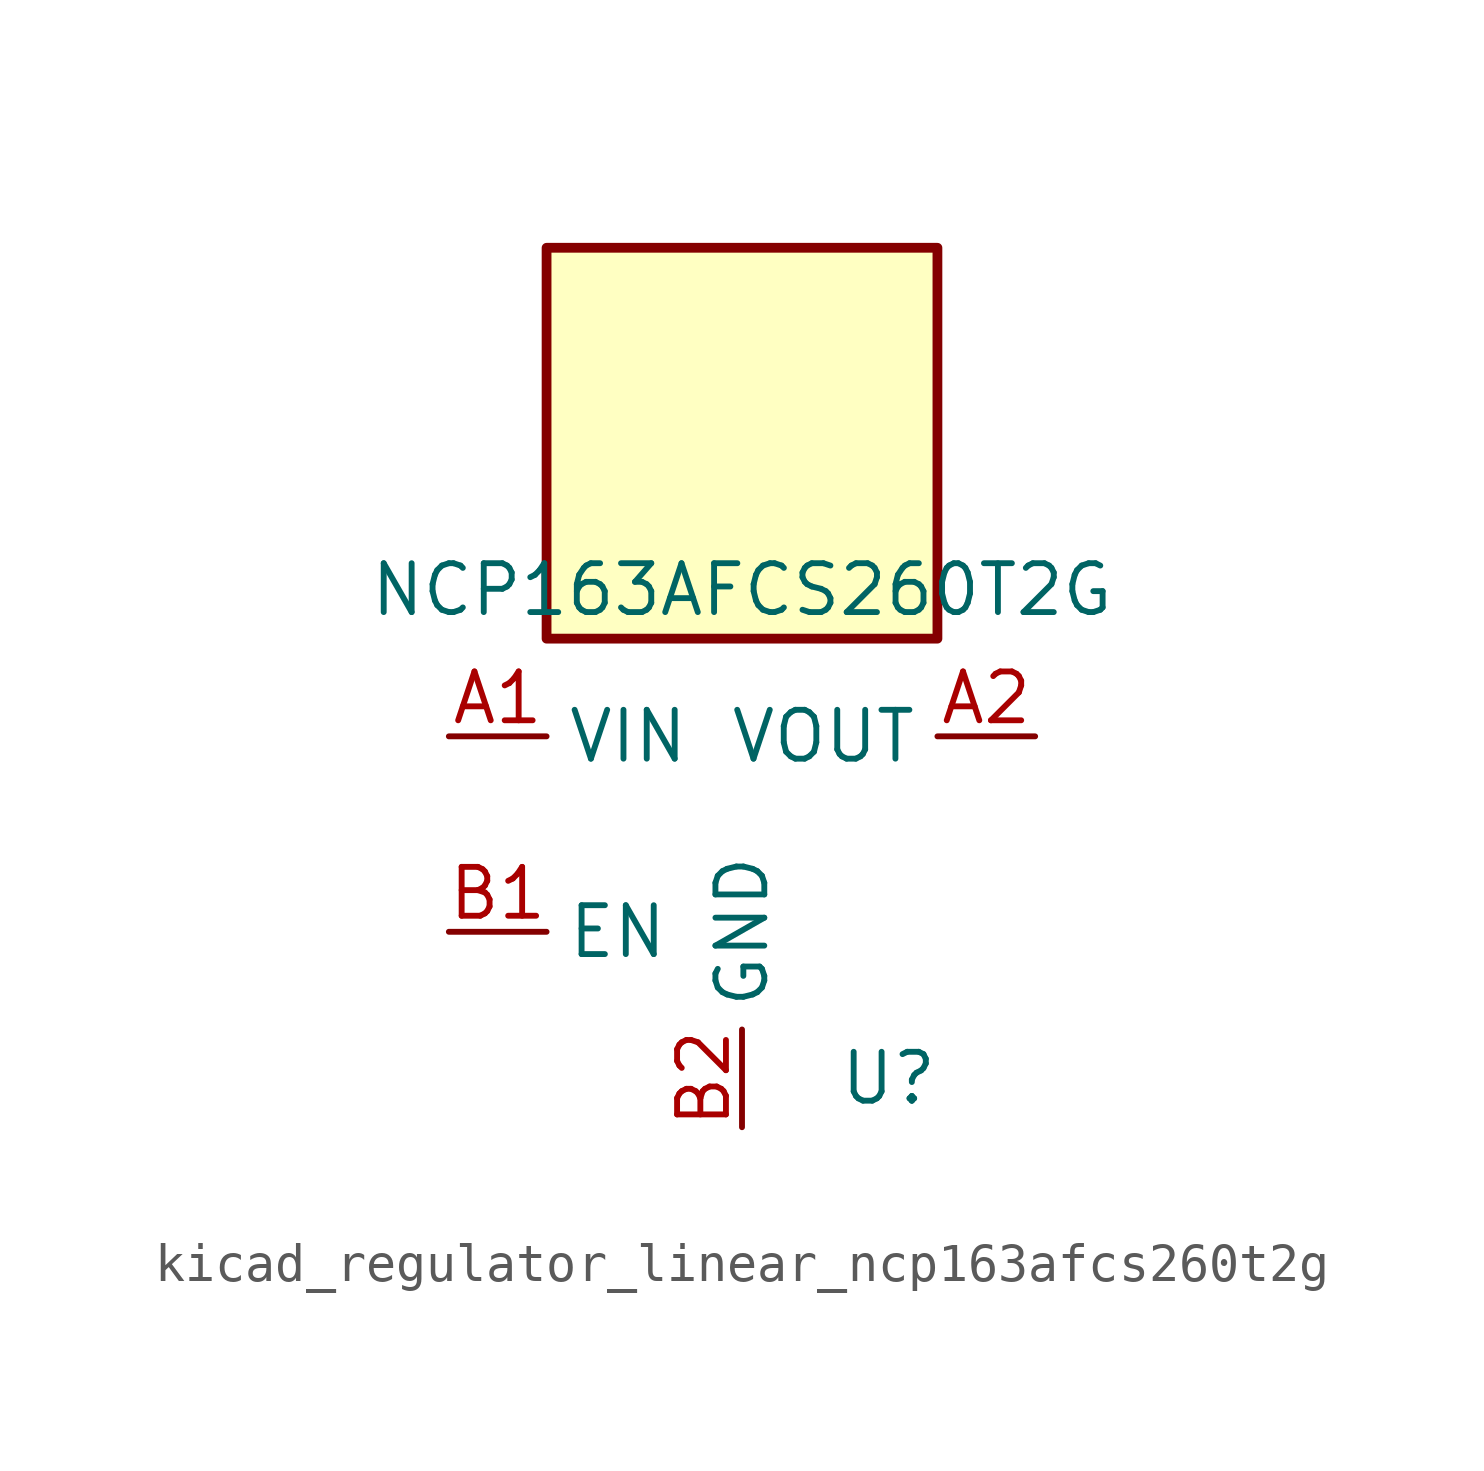
<source format=kicad_sym>
(kicad_symbol_lib
  (version 20220914)
  (generator kicad_symbol_editor)
  (symbol "kicad_regulator_linear_ncp163afcs260t2g"
    (property "Reference" "U"
      (at 3.81 -6.35 0)
      (effects (font (size 1.27 1.27))))
    (property "Value" "NCP163AFCS260T2G"
      (at 0 6.35 0)
      (effects (font (size 1.27 1.27))))
    (symbol "kicad_regulator_linear_ncp163afcs260t2g_0_1"
      (rectangle (start 5.08 15.24) (end -5.08 5.08) (stroke (width 0.254) (type default)) (fill (type background))))
    (symbol "kicad_regulator_linear_ncp163afcs260t2g_1_1"
      (pin power_in line (at -7.62 2.54 0) (length 2.54) (name "VIN" (effects (font (size 1.27 1.27)))) (number "A1" (effects (font (size 1.27 1.27)))))
      (pin power_out line (at 7.62 2.54 180) (length 2.54) (name "VOUT" (effects (font (size 1.27 1.27)))) (number "A2" (effects (font (size 1.27 1.27)))))
      (pin input line (at -7.62 -2.54 0) (length 2.54) (name "EN" (effects (font (size 1.27 1.27)))) (number "B1" (effects (font (size 1.27 1.27)))))
      (pin power_in line (at 0 -7.62 90) (length 2.54) (name "GND" (effects (font (size 1.27 1.27)))) (number "B2" (effects (font (size 1.27 1.27))))))))
</source>
